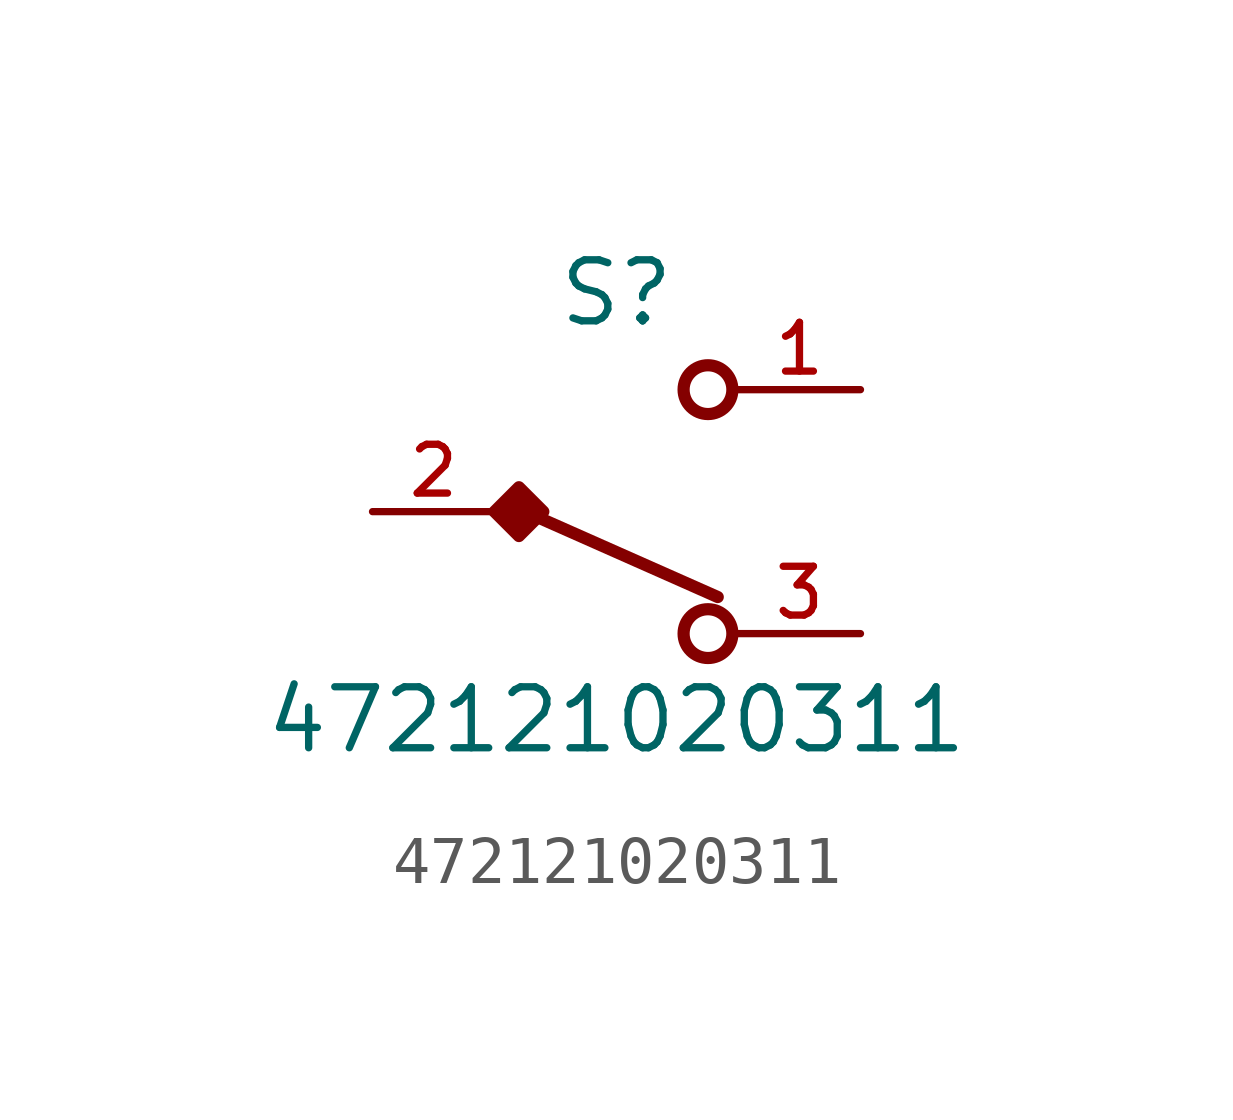
<source format=kicad_sym>
(kicad_symbol_lib
  (version 20211014)
  (generator kicad_symbol_editor)
  (symbol "472121020311"
    (pin_names
      (offset 1.016))
    (property "Reference" "S"
      (at 0.0 3.81 0)
      (effects (font (size 1.27 1.27)) (justify bottom)))
    (property "Value" "472121020311"
      (at 0.0 -5.08 0)
      (effects (font (size 1.27 1.27)) (justify bottom)))
    (symbol "472121020311_0_0"
      (circle (center 1.905 -2.54) (radius 0.508) (stroke (width 0.254)) (fill (type none)))
      (circle (center 1.905 2.54) (radius 0.508) (stroke (width 0.254)) (fill (type none)))
      (polyline (pts (xy -2.032 -0.508) (xy -2.54 0.0) (xy -2.032 0.508) (xy -1.524 0.0) (xy -2.032 -0.508)) (stroke (width 0.254)) (fill (type outline)))
      (polyline (pts (xy -1.905 0.0) (xy 2.108 -1.778)) (stroke (width 0.254)))
      (pin passive line (at -5.08 0.0 0) (length 2.54) (name "~" (effects (font (size 1.016 1.016)))) (number "2" (effects (font (size 1.016 1.016)))))
      (pin passive line (at 5.08 2.54 180.0) (length 2.54) (name "~" (effects (font (size 1.016 1.016)))) (number "1" (effects (font (size 1.016 1.016)))))
      (pin passive line (at 5.08 -2.54 180.0) (length 2.54) (name "~" (effects (font (size 1.016 1.016)))) (number "3" (effects (font (size 1.016 1.016))))))))
</source>
